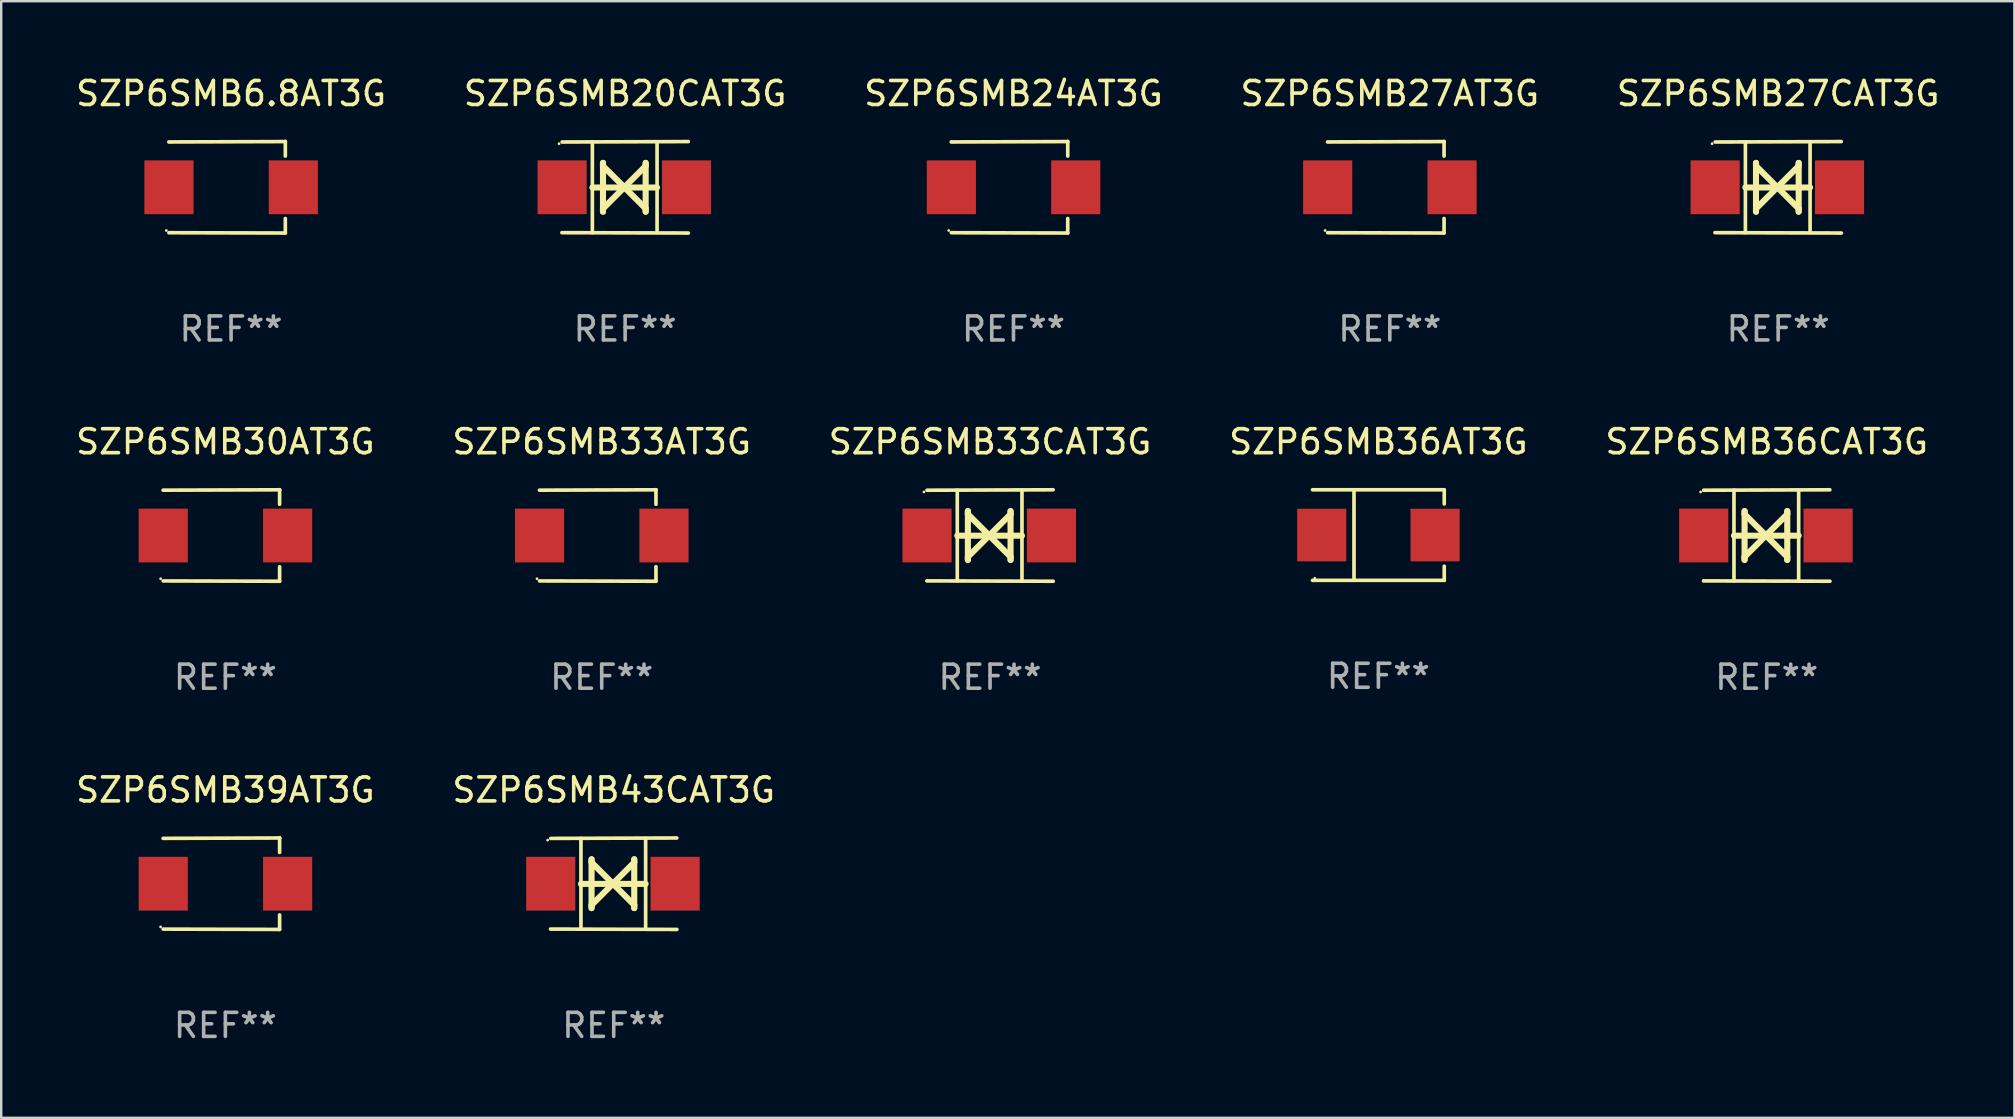
<source format=kicad_pcb>
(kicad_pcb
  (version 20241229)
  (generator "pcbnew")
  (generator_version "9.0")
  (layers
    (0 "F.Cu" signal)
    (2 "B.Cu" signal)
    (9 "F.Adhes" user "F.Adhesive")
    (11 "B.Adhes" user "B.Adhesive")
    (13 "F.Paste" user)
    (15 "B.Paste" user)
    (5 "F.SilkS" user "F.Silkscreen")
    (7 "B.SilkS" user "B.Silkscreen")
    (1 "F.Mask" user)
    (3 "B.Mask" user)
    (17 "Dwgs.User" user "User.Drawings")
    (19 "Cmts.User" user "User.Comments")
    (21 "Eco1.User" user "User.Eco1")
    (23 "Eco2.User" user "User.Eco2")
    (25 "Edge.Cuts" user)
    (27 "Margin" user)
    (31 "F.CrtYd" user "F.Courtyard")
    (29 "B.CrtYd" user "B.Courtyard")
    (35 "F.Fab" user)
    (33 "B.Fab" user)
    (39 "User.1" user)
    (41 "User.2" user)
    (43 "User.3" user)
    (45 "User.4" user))
  (footprint "SZP6SMB24AT3G"
    (layer "F.Cu")
    (at 39.173 4.753)
    (property "Reference" "SZP6SMB24AT3G" (at 0 -3.905 0) (layer "F.SilkS") (effects (font (size 1 1) (thickness 0.15))))
    (attr through_hole)
    (fp_line (start 2.256 -1.905) (end -2.594 -1.889) (stroke (width 0.152) (type solid)) (layer "F.SilkS"))
    (fp_line (start 2.256 -1.905) (end 2.26 -1.905) (stroke (width 0.152) (type solid)) (layer "F.SilkS"))
    (fp_line (start 2.26 -1.905) (end 2.26 -1.301) (stroke (width 0.152) (type solid)) (layer "F.SilkS"))
    (fp_line (start 2.26 1.301) (end 2.26 1.905) (stroke (width 0.152) (type solid)) (layer "F.SilkS"))
    (fp_line (start 2.26 1.905) (end -2.59 1.892) (stroke (width 0.152) (type solid)) (layer "F.SilkS"))
    (fp_circle (center -2.697 1.8) (end -2.667 1.8) (stroke (width 0.06) (type solid)) (fill no) (layer "F.SilkS"))
    (fp_text user "REF**" (at 0 5.905 0) (layer "F.Fab") (effects (font (size 1 1) (thickness 0.15))))
    (pad "1" smd rect (at -2.588 0) (size 2.047 2.241) (layers "F.Cu" "F.Mask" "F.Paste"))
    (pad "2" smd rect (at 2.594 0) (size 2.047 2.241) (layers "F.Cu" "F.Mask" "F.Paste")))
  (footprint "SZP6SMB39AT3G"
    (layer "F.Cu")
    (at 6.339 33.766)
    (property "Reference" "SZP6SMB39AT3G" (at 0 -3.905 0) (layer "F.SilkS") (effects (font (size 1 1) (thickness 0.15))))
    (attr through_hole)
    (fp_line (start 2.256 -1.905) (end -2.594 -1.889) (stroke (width 0.152) (type solid)) (layer "F.SilkS"))
    (fp_line (start 2.256 -1.905) (end 2.26 -1.905) (stroke (width 0.152) (type solid)) (layer "F.SilkS"))
    (fp_line (start 2.26 -1.905) (end 2.26 -1.301) (stroke (width 0.152) (type solid)) (layer "F.SilkS"))
    (fp_line (start 2.26 1.301) (end 2.26 1.905) (stroke (width 0.152) (type solid)) (layer "F.SilkS"))
    (fp_line (start 2.26 1.905) (end -2.59 1.892) (stroke (width 0.152) (type solid)) (layer "F.SilkS"))
    (fp_circle (center -2.697 1.8) (end -2.667 1.8) (stroke (width 0.06) (type solid)) (fill no) (layer "F.SilkS"))
    (fp_text user "REF**" (at 0 5.905 0) (layer "F.Fab") (effects (font (size 1 1) (thickness 0.15))))
    (pad "1" smd rect (at -2.588 0) (size 2.047 2.241) (layers "F.Cu" "F.Mask" "F.Paste"))
    (pad "2" smd rect (at 2.594 0) (size 2.047 2.241) (layers "F.Cu" "F.Mask" "F.Paste")))
  (footprint "SZP6SMB27AT3G"
    (layer "F.Cu")
    (at 54.851 4.753)
    (property "Reference" "SZP6SMB27AT3G" (at 0 -3.905 0) (layer "F.SilkS") (effects (font (size 1 1) (thickness 0.15))))
    (attr through_hole)
    (fp_line (start 2.256 -1.905) (end -2.594 -1.889) (stroke (width 0.152) (type solid)) (layer "F.SilkS"))
    (fp_line (start 2.256 -1.905) (end 2.26 -1.905) (stroke (width 0.152) (type solid)) (layer "F.SilkS"))
    (fp_line (start 2.26 -1.905) (end 2.26 -1.301) (stroke (width 0.152) (type solid)) (layer "F.SilkS"))
    (fp_line (start 2.26 1.301) (end 2.26 1.905) (stroke (width 0.152) (type solid)) (layer "F.SilkS"))
    (fp_line (start 2.26 1.905) (end -2.59 1.892) (stroke (width 0.152) (type solid)) (layer "F.SilkS"))
    (fp_circle (center -2.697 1.8) (end -2.667 1.8) (stroke (width 0.06) (type solid)) (fill no) (layer "F.SilkS"))
    (fp_text user "REF**" (at 0 5.905 0) (layer "F.Fab") (effects (font (size 1 1) (thickness 0.15))))
    (pad "1" smd rect (at -2.588 0) (size 2.047 2.241) (layers "F.Cu" "F.Mask" "F.Paste"))
    (pad "2" smd rect (at 2.594 0) (size 2.047 2.241) (layers "F.Cu" "F.Mask" "F.Paste")))
  (footprint "SZP6SMB6.8AT3G"
    (layer "F.Cu")
    (at 6.577 4.753)
    (property "Reference" "SZP6SMB6.8AT3G" (at 0 -3.905 0) (layer "F.SilkS") (effects (font (size 1 1) (thickness 0.15))))
    (attr through_hole)
    (fp_line (start 2.256 -1.905) (end -2.594 -1.889) (stroke (width 0.152) (type solid)) (layer "F.SilkS"))
    (fp_line (start 2.256 -1.905) (end 2.26 -1.905) (stroke (width 0.152) (type solid)) (layer "F.SilkS"))
    (fp_line (start 2.26 -1.905) (end 2.26 -1.301) (stroke (width 0.152) (type solid)) (layer "F.SilkS"))
    (fp_line (start 2.26 1.301) (end 2.26 1.905) (stroke (width 0.152) (type solid)) (layer "F.SilkS"))
    (fp_line (start 2.26 1.905) (end -2.59 1.892) (stroke (width 0.152) (type solid)) (layer "F.SilkS"))
    (fp_circle (center -2.697 1.8) (end -2.667 1.8) (stroke (width 0.06) (type solid)) (fill no) (layer "F.SilkS"))
    (fp_text user "REF**" (at 0 5.905 0) (layer "F.Fab") (effects (font (size 1 1) (thickness 0.15))))
    (pad "1" smd rect (at -2.588 0) (size 2.047 2.241) (layers "F.Cu" "F.Mask" "F.Paste"))
    (pad "2" smd rect (at 2.594 0) (size 2.047 2.241) (layers "F.Cu" "F.Mask" "F.Paste")))
  (footprint "SZP6SMB27CAT3G"
    (layer "F.Cu")
    (at 71.03 4.753)
    (property "Reference" "SZP6SMB27CAT3G" (at 0 -3.905 0) (layer "F.SilkS") (effects (font (size 1 1) (thickness 0.15))))
    (attr through_hole)
    (fp_line (start -1.365 1.886) (end -1.365 -1.886) (stroke (width 0.152) (type solid)) (layer "F.SilkS"))
    (fp_line (start -1.365 0.008) (end 1.33 0.008) (stroke (width 0.254) (type solid)) (layer "F.SilkS"))
    (fp_line (start -0.923 -1.016) (end -0.923 1.016) (stroke (width 0.254) (type solid)) (layer "F.SilkS"))
    (fp_line (start -0.923 -0.889) (end -0.923 -1.016) (stroke (width 0.254) (type solid)) (layer "F.SilkS"))
    (fp_line (start -0.923 0.889) (end -0.034 0) (stroke (width 0.254) (type solid)) (layer "F.SilkS"))
    (fp_line (start -0.923 1.016) (end -0.923 0.889) (stroke (width 0.254) (type solid)) (layer "F.SilkS"))
    (fp_line (start -0.034 0) (end -0.923 -0.889) (stroke (width 0.254) (type solid)) (layer "F.SilkS"))
    (fp_line (start -0.034 0) (end 0.855 0.889) (stroke (width 0.254) (type solid)) (layer "F.SilkS"))
    (fp_line (start 0.855 -1.016) (end 0.855 -0.889) (stroke (width 0.254) (type solid)) (layer "F.SilkS"))
    (fp_line (start 0.855 -0.889) (end -0.034 0) (stroke (width 0.254) (type solid)) (layer "F.SilkS"))
    (fp_line (start 0.855 0.889) (end 0.855 1.016) (stroke (width 0.254) (type solid)) (layer "F.SilkS"))
    (fp_line (start 0.855 1.016) (end 0.855 -1.016) (stroke (width 0.254) (type solid)) (layer "F.SilkS"))
    (fp_line (start 1.33 1.886) (end 1.33 -1.886) (stroke (width 0.152) (type solid)) (layer "F.SilkS"))
    (fp_line (start 2.629 -1.905) (end -2.625 -1.887) (stroke (width 0.152) (type solid)) (layer "F.SilkS"))
    (fp_line (start 2.633 1.905) (end -2.633 1.89) (stroke (width 0.152) (type solid)) (layer "F.SilkS"))
    (fp_circle (center -2.753 -1.816) (end -2.723 -1.816) (stroke (width 0.06) (type solid)) (fill no) (layer "F.SilkS"))
    (fp_text user "REF**" (at 0 5.905 0) (layer "F.Fab") (effects (font (size 1 1) (thickness 0.15))))
    (pad "1" smd rect (at -2.625 0) (size 2.047 2.241) (layers "F.Cu" "F.Mask" "F.Paste"))
    (pad "2" smd rect (at 2.557 0) (size 2.047 2.241) (layers "F.Cu" "F.Mask" "F.Paste")))
  (footprint "SZP6SMB33CAT3G"
    (layer "F.Cu")
    (at 38.196 19.26)
    (property "Reference" "SZP6SMB33CAT3G" (at 0 -3.905 0) (layer "F.SilkS") (effects (font (size 1 1) (thickness 0.15))))
    (attr through_hole)
    (fp_line (start -1.365 1.886) (end -1.365 -1.886) (stroke (width 0.152) (type solid)) (layer "F.SilkS"))
    (fp_line (start -1.365 0.008) (end 1.33 0.008) (stroke (width 0.254) (type solid)) (layer "F.SilkS"))
    (fp_line (start -0.923 -1.016) (end -0.923 1.016) (stroke (width 0.254) (type solid)) (layer "F.SilkS"))
    (fp_line (start -0.923 -0.889) (end -0.923 -1.016) (stroke (width 0.254) (type solid)) (layer "F.SilkS"))
    (fp_line (start -0.923 0.889) (end -0.034 0) (stroke (width 0.254) (type solid)) (layer "F.SilkS"))
    (fp_line (start -0.923 1.016) (end -0.923 0.889) (stroke (width 0.254) (type solid)) (layer "F.SilkS"))
    (fp_line (start -0.034 0) (end -0.923 -0.889) (stroke (width 0.254) (type solid)) (layer "F.SilkS"))
    (fp_line (start -0.034 0) (end 0.855 0.889) (stroke (width 0.254) (type solid)) (layer "F.SilkS"))
    (fp_line (start 0.855 -1.016) (end 0.855 -0.889) (stroke (width 0.254) (type solid)) (layer "F.SilkS"))
    (fp_line (start 0.855 -0.889) (end -0.034 0) (stroke (width 0.254) (type solid)) (layer "F.SilkS"))
    (fp_line (start 0.855 0.889) (end 0.855 1.016) (stroke (width 0.254) (type solid)) (layer "F.SilkS"))
    (fp_line (start 0.855 1.016) (end 0.855 -1.016) (stroke (width 0.254) (type solid)) (layer "F.SilkS"))
    (fp_line (start 1.33 1.886) (end 1.33 -1.886) (stroke (width 0.152) (type solid)) (layer "F.SilkS"))
    (fp_line (start 2.629 -1.905) (end -2.625 -1.887) (stroke (width 0.152) (type solid)) (layer "F.SilkS"))
    (fp_line (start 2.633 1.905) (end -2.633 1.89) (stroke (width 0.152) (type solid)) (layer "F.SilkS"))
    (fp_circle (center -2.753 -1.816) (end -2.723 -1.816) (stroke (width 0.06) (type solid)) (fill no) (layer "F.SilkS"))
    (fp_text user "REF**" (at 0 5.905 0) (layer "F.Fab") (effects (font (size 1 1) (thickness 0.15))))
    (pad "1" smd rect (at -2.625 0) (size 2.047 2.241) (layers "F.Cu" "F.Mask" "F.Paste"))
    (pad "2" smd rect (at 2.557 0) (size 2.047 2.241) (layers "F.Cu" "F.Mask" "F.Paste")))
  (footprint "SZP6SMB36CAT3G"
    (layer "F.Cu")
    (at 70.554 19.26)
    (property "Reference" "SZP6SMB36CAT3G" (at 0 -3.905 0) (layer "F.SilkS") (effects (font (size 1 1) (thickness 0.15))))
    (attr through_hole)
    (fp_line (start -1.365 1.886) (end -1.365 -1.886) (stroke (width 0.152) (type solid)) (layer "F.SilkS"))
    (fp_line (start -1.365 0.008) (end 1.33 0.008) (stroke (width 0.254) (type solid)) (layer "F.SilkS"))
    (fp_line (start -0.923 -1.016) (end -0.923 1.016) (stroke (width 0.254) (type solid)) (layer "F.SilkS"))
    (fp_line (start -0.923 -0.889) (end -0.923 -1.016) (stroke (width 0.254) (type solid)) (layer "F.SilkS"))
    (fp_line (start -0.923 0.889) (end -0.034 0) (stroke (width 0.254) (type solid)) (layer "F.SilkS"))
    (fp_line (start -0.923 1.016) (end -0.923 0.889) (stroke (width 0.254) (type solid)) (layer "F.SilkS"))
    (fp_line (start -0.034 0) (end -0.923 -0.889) (stroke (width 0.254) (type solid)) (layer "F.SilkS"))
    (fp_line (start -0.034 0) (end 0.855 0.889) (stroke (width 0.254) (type solid)) (layer "F.SilkS"))
    (fp_line (start 0.855 -1.016) (end 0.855 -0.889) (stroke (width 0.254) (type solid)) (layer "F.SilkS"))
    (fp_line (start 0.855 -0.889) (end -0.034 0) (stroke (width 0.254) (type solid)) (layer "F.SilkS"))
    (fp_line (start 0.855 0.889) (end 0.855 1.016) (stroke (width 0.254) (type solid)) (layer "F.SilkS"))
    (fp_line (start 0.855 1.016) (end 0.855 -1.016) (stroke (width 0.254) (type solid)) (layer "F.SilkS"))
    (fp_line (start 1.33 1.886) (end 1.33 -1.886) (stroke (width 0.152) (type solid)) (layer "F.SilkS"))
    (fp_line (start 2.629 -1.905) (end -2.625 -1.887) (stroke (width 0.152) (type solid)) (layer "F.SilkS"))
    (fp_line (start 2.633 1.905) (end -2.633 1.89) (stroke (width 0.152) (type solid)) (layer "F.SilkS"))
    (fp_circle (center -2.753 -1.816) (end -2.723 -1.816) (stroke (width 0.06) (type solid)) (fill no) (layer "F.SilkS"))
    (fp_text user "REF**" (at 0 5.905 0) (layer "F.Fab") (effects (font (size 1 1) (thickness 0.15))))
    (pad "1" smd rect (at -2.625 0) (size 2.047 2.241) (layers "F.Cu" "F.Mask" "F.Paste"))
    (pad "2" smd rect (at 2.557 0) (size 2.047 2.241) (layers "F.Cu" "F.Mask" "F.Paste")))
  (footprint "SZP6SMB30AT3G"
    (layer "F.Cu")
    (at 6.339 19.26)
    (property "Reference" "SZP6SMB30AT3G" (at 0 -3.905 0) (layer "F.SilkS") (effects (font (size 1 1) (thickness 0.15))))
    (attr through_hole)
    (fp_line (start 2.256 -1.905) (end -2.594 -1.889) (stroke (width 0.152) (type solid)) (layer "F.SilkS"))
    (fp_line (start 2.256 -1.905) (end 2.26 -1.905) (stroke (width 0.152) (type solid)) (layer "F.SilkS"))
    (fp_line (start 2.26 -1.905) (end 2.26 -1.301) (stroke (width 0.152) (type solid)) (layer "F.SilkS"))
    (fp_line (start 2.26 1.301) (end 2.26 1.905) (stroke (width 0.152) (type solid)) (layer "F.SilkS"))
    (fp_line (start 2.26 1.905) (end -2.59 1.892) (stroke (width 0.152) (type solid)) (layer "F.SilkS"))
    (fp_circle (center -2.697 1.8) (end -2.667 1.8) (stroke (width 0.06) (type solid)) (fill no) (layer "F.SilkS"))
    (fp_text user "REF**" (at 0 5.905 0) (layer "F.Fab") (effects (font (size 1 1) (thickness 0.15))))
    (pad "1" smd rect (at -2.588 0) (size 2.047 2.241) (layers "F.Cu" "F.Mask" "F.Paste"))
    (pad "2" smd rect (at 2.594 0) (size 2.047 2.241) (layers "F.Cu" "F.Mask" "F.Paste")))
  (footprint "SZP6SMB36AT3G"
    (layer "F.Cu")
    (at 54.375 19.241)
    (property "Reference" "SZP6SMB36AT3G" (at 0 -3.886 0) (layer "F.SilkS") (effects (font (size 1 1) (thickness 0.15))))
    (attr through_hole)
    (fp_line (start -2.744 -1.886) (end 2.744 -1.886) (stroke (width 0.152) (type solid)) (layer "F.SilkS"))
    (fp_line (start -2.744 1.886) (end 2.744 1.886) (stroke (width 0.152) (type solid)) (layer "F.SilkS"))
    (fp_line (start -1.016 -1.886) (end -1.016 1.886) (stroke (width 0.152) (type solid)) (layer "F.SilkS"))
    (fp_line (start 2.744 -1.886) (end 2.744 -1.299) (stroke (width 0.152) (type solid)) (layer "F.SilkS"))
    (fp_line (start 2.744 1.886) (end 2.744 1.299) (stroke (width 0.152) (type solid)) (layer "F.SilkS"))
    (fp_circle (center -2.65 1.8) (end -2.62 1.8) (stroke (width 0.06) (type solid)) (fill no) (layer "F.SilkS"))
    (fp_text user "REF**" (at 0 5.886 0) (layer "F.Fab") (effects (font (size 1 1) (thickness 0.15))))
    (pad "1" smd rect (at -2.361 0) (size 2.047 2.192) (layers "F.Cu" "F.Mask" "F.Paste"))
    (pad "2" smd rect (at 2.361 0) (size 2.047 2.192) (layers "F.Cu" "F.Mask" "F.Paste")))
  (footprint "SZP6SMB43CAT3G"
    (layer "F.Cu")
    (at 22.518 33.766)
    (property "Reference" "SZP6SMB43CAT3G" (at 0 -3.905 0) (layer "F.SilkS") (effects (font (size 1 1) (thickness 0.15))))
    (attr through_hole)
    (fp_line (start -1.365 1.886) (end -1.365 -1.886) (stroke (width 0.152) (type solid)) (layer "F.SilkS"))
    (fp_line (start -1.365 0.008) (end 1.33 0.008) (stroke (width 0.254) (type solid)) (layer "F.SilkS"))
    (fp_line (start -0.923 -1.016) (end -0.923 1.016) (stroke (width 0.254) (type solid)) (layer "F.SilkS"))
    (fp_line (start -0.923 -0.889) (end -0.923 -1.016) (stroke (width 0.254) (type solid)) (layer "F.SilkS"))
    (fp_line (start -0.923 0.889) (end -0.034 0) (stroke (width 0.254) (type solid)) (layer "F.SilkS"))
    (fp_line (start -0.923 1.016) (end -0.923 0.889) (stroke (width 0.254) (type solid)) (layer "F.SilkS"))
    (fp_line (start -0.034 0) (end -0.923 -0.889) (stroke (width 0.254) (type solid)) (layer "F.SilkS"))
    (fp_line (start -0.034 0) (end 0.855 0.889) (stroke (width 0.254) (type solid)) (layer "F.SilkS"))
    (fp_line (start 0.855 -1.016) (end 0.855 -0.889) (stroke (width 0.254) (type solid)) (layer "F.SilkS"))
    (fp_line (start 0.855 -0.889) (end -0.034 0) (stroke (width 0.254) (type solid)) (layer "F.SilkS"))
    (fp_line (start 0.855 0.889) (end 0.855 1.016) (stroke (width 0.254) (type solid)) (layer "F.SilkS"))
    (fp_line (start 0.855 1.016) (end 0.855 -1.016) (stroke (width 0.254) (type solid)) (layer "F.SilkS"))
    (fp_line (start 1.33 1.886) (end 1.33 -1.886) (stroke (width 0.152) (type solid)) (layer "F.SilkS"))
    (fp_line (start 2.629 -1.905) (end -2.625 -1.887) (stroke (width 0.152) (type solid)) (layer "F.SilkS"))
    (fp_line (start 2.633 1.905) (end -2.633 1.89) (stroke (width 0.152) (type solid)) (layer "F.SilkS"))
    (fp_circle (center -2.753 -1.816) (end -2.723 -1.816) (stroke (width 0.06) (type solid)) (fill no) (layer "F.SilkS"))
    (fp_text user "REF**" (at 0 5.905 0) (layer "F.Fab") (effects (font (size 1 1) (thickness 0.15))))
    (pad "1" smd rect (at -2.625 0) (size 2.047 2.241) (layers "F.Cu" "F.Mask" "F.Paste"))
    (pad "2" smd rect (at 2.557 0) (size 2.047 2.241) (layers "F.Cu" "F.Mask" "F.Paste")))
  (footprint "SZP6SMB20CAT3G"
    (layer "F.Cu")
    (at 22.994 4.753)
    (property "Reference" "SZP6SMB20CAT3G" (at 0 -3.905 0) (layer "F.SilkS") (effects (font (size 1 1) (thickness 0.15))))
    (attr through_hole)
    (fp_line (start -1.365 1.886) (end -1.365 -1.886) (stroke (width 0.152) (type solid)) (layer "F.SilkS"))
    (fp_line (start -1.365 0.008) (end 1.33 0.008) (stroke (width 0.254) (type solid)) (layer "F.SilkS"))
    (fp_line (start -0.923 -1.016) (end -0.923 1.016) (stroke (width 0.254) (type solid)) (layer "F.SilkS"))
    (fp_line (start -0.923 -0.889) (end -0.923 -1.016) (stroke (width 0.254) (type solid)) (layer "F.SilkS"))
    (fp_line (start -0.923 0.889) (end -0.034 0) (stroke (width 0.254) (type solid)) (layer "F.SilkS"))
    (fp_line (start -0.923 1.016) (end -0.923 0.889) (stroke (width 0.254) (type solid)) (layer "F.SilkS"))
    (fp_line (start -0.034 0) (end -0.923 -0.889) (stroke (width 0.254) (type solid)) (layer "F.SilkS"))
    (fp_line (start -0.034 0) (end 0.855 0.889) (stroke (width 0.254) (type solid)) (layer "F.SilkS"))
    (fp_line (start 0.855 -1.016) (end 0.855 -0.889) (stroke (width 0.254) (type solid)) (layer "F.SilkS"))
    (fp_line (start 0.855 -0.889) (end -0.034 0) (stroke (width 0.254) (type solid)) (layer "F.SilkS"))
    (fp_line (start 0.855 0.889) (end 0.855 1.016) (stroke (width 0.254) (type solid)) (layer "F.SilkS"))
    (fp_line (start 0.855 1.016) (end 0.855 -1.016) (stroke (width 0.254) (type solid)) (layer "F.SilkS"))
    (fp_line (start 1.33 1.886) (end 1.33 -1.886) (stroke (width 0.152) (type solid)) (layer "F.SilkS"))
    (fp_line (start 2.629 -1.905) (end -2.625 -1.887) (stroke (width 0.152) (type solid)) (layer "F.SilkS"))
    (fp_line (start 2.633 1.905) (end -2.633 1.89) (stroke (width 0.152) (type solid)) (layer "F.SilkS"))
    (fp_circle (center -2.753 -1.816) (end -2.723 -1.816) (stroke (width 0.06) (type solid)) (fill no) (layer "F.SilkS"))
    (fp_text user "REF**" (at 0 5.905 0) (layer "F.Fab") (effects (font (size 1 1) (thickness 0.15))))
    (pad "1" smd rect (at -2.625 0) (size 2.047 2.241) (layers "F.Cu" "F.Mask" "F.Paste"))
    (pad "2" smd rect (at 2.557 0) (size 2.047 2.241) (layers "F.Cu" "F.Mask" "F.Paste")))
  (footprint "SZP6SMB33AT3G"
    (layer "F.Cu")
    (at 22.018 19.26)
    (property "Reference" "SZP6SMB33AT3G" (at 0 -3.905 0) (layer "F.SilkS") (effects (font (size 1 1) (thickness 0.15))))
    (attr through_hole)
    (fp_line (start 2.256 -1.905) (end -2.594 -1.889) (stroke (width 0.152) (type solid)) (layer "F.SilkS"))
    (fp_line (start 2.256 -1.905) (end 2.26 -1.905) (stroke (width 0.152) (type solid)) (layer "F.SilkS"))
    (fp_line (start 2.26 -1.905) (end 2.26 -1.301) (stroke (width 0.152) (type solid)) (layer "F.SilkS"))
    (fp_line (start 2.26 1.301) (end 2.26 1.905) (stroke (width 0.152) (type solid)) (layer "F.SilkS"))
    (fp_line (start 2.26 1.905) (end -2.59 1.892) (stroke (width 0.152) (type solid)) (layer "F.SilkS"))
    (fp_circle (center -2.697 1.8) (end -2.667 1.8) (stroke (width 0.06) (type solid)) (fill no) (layer "F.SilkS"))
    (fp_text user "REF**" (at 0 5.905 0) (layer "F.Fab") (effects (font (size 1 1) (thickness 0.15))))
    (pad "1" smd rect (at -2.588 0) (size 2.047 2.241) (layers "F.Cu" "F.Mask" "F.Paste"))
    (pad "2" smd rect (at 2.594 0) (size 2.047 2.241) (layers "F.Cu" "F.Mask" "F.Paste")))
  (gr_rect
    (start -3 -3)
    (end 80.869 43.52)
    (stroke (width 0.1) (type default))
    (fill no)
    (layer "Edge.Cuts")))
</source>
